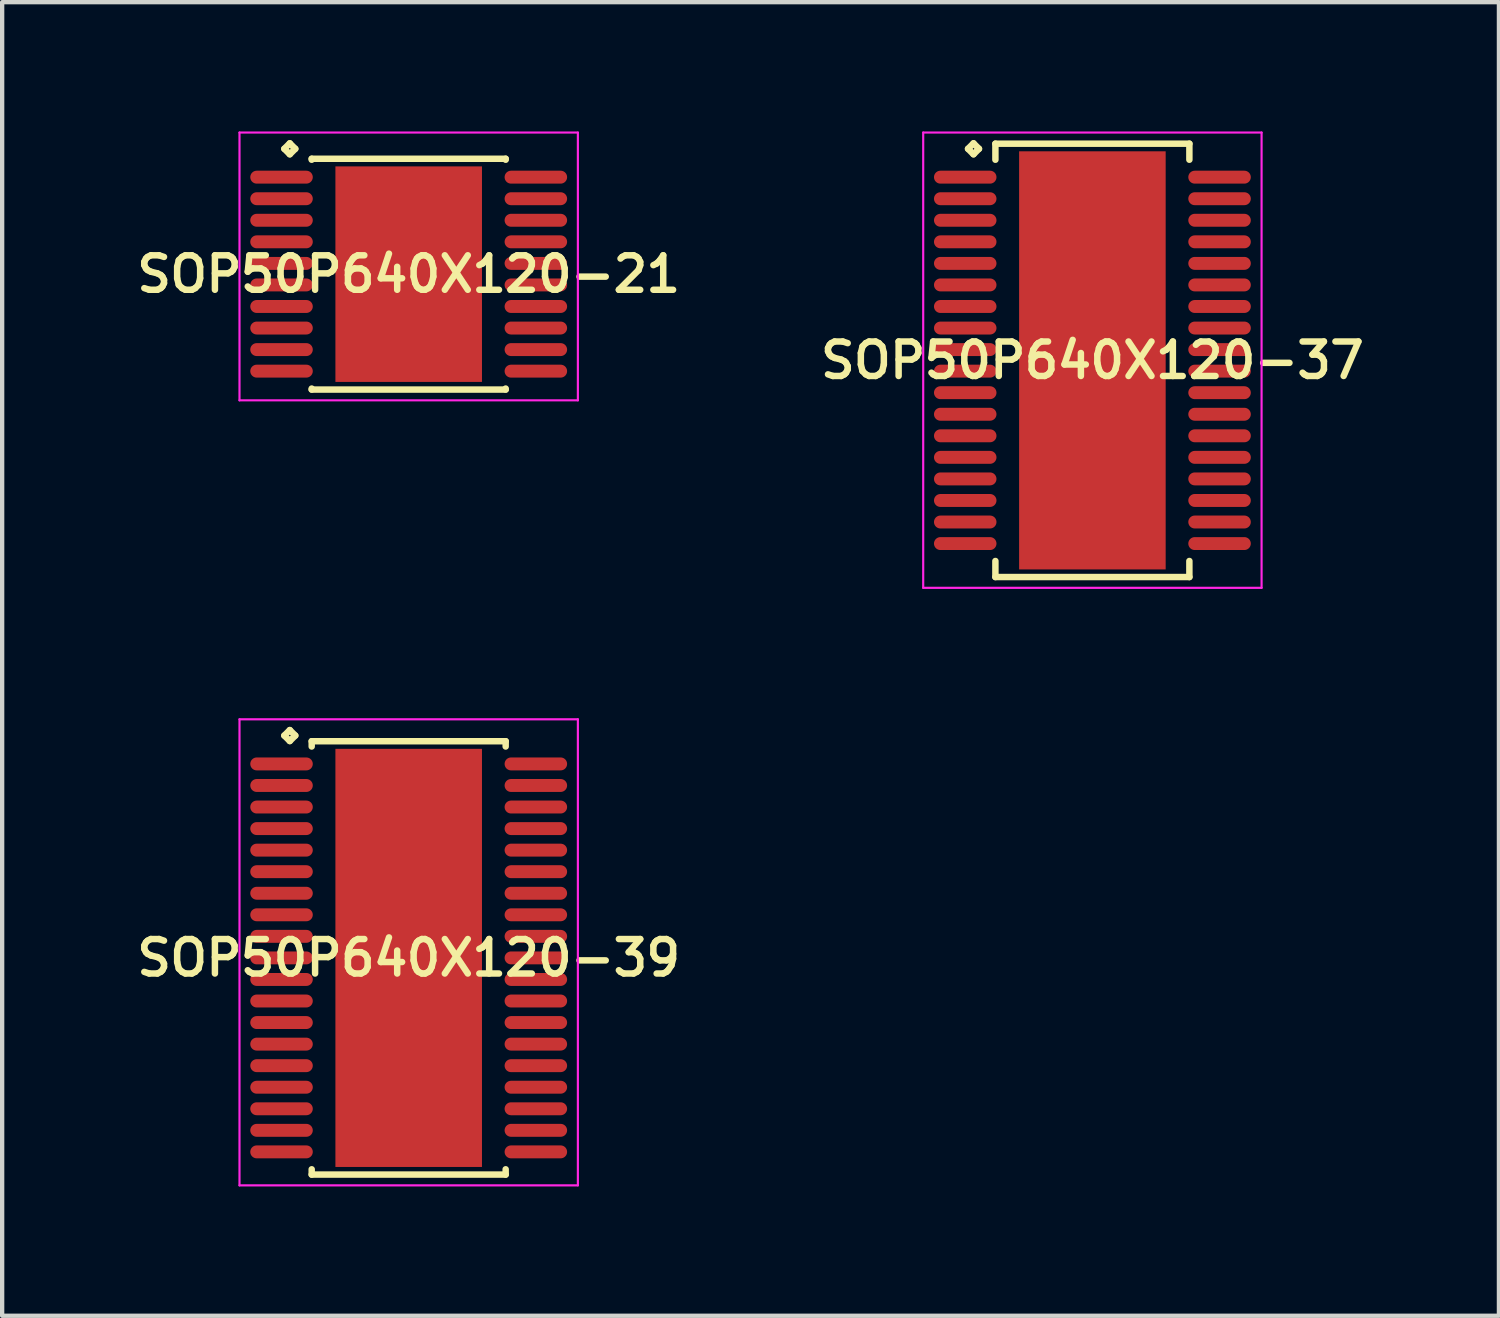
<source format=kicad_pcb>
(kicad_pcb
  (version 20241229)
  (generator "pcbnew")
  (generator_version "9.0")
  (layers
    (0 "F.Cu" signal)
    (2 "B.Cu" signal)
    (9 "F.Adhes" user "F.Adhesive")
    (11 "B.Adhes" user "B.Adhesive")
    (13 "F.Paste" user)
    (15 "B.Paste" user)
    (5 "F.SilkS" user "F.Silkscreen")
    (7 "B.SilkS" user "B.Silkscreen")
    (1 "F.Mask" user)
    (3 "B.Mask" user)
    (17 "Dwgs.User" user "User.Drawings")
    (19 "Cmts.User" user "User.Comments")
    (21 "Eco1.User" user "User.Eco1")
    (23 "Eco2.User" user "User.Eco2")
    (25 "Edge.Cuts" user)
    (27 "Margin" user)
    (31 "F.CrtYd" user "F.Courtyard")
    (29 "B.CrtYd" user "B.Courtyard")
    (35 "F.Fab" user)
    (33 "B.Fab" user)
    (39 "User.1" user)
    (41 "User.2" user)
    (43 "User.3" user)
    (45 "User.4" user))
  (footprint "SOP50P640X120-21"
    (layer "F.Cu")
    (at 6.431 3.31)
    (property "Reference" "SOP50P640X120-21" (at 0 0 0) (layer "F.SilkS") (effects (font (size 0.8 0.8) (thickness 0.15))))
    (attr smd)
    (fp_line (start -2.885 -2.908) (end -2.758 -3.035) (stroke (width 0.15) (type solid)) (layer "F.SilkS"))
    (fp_line (start -2.758 -3.035) (end -2.631 -2.908) (stroke (width 0.15) (type solid)) (layer "F.SilkS"))
    (fp_line (start -2.758 -2.781) (end -2.885 -2.908) (stroke (width 0.15) (type solid)) (layer "F.SilkS"))
    (fp_line (start -2.631 -2.908) (end -2.758 -2.781) (stroke (width 0.15) (type solid)) (layer "F.SilkS"))
    (fp_line (start -2.25 -2.677) (end 2.25 -2.677) (stroke (width 0.15) (type solid)) (layer "F.SilkS"))
    (fp_line (start -2.25 -2.654) (end -2.25 -2.677) (stroke (width 0.15) (type solid)) (layer "F.SilkS"))
    (fp_line (start -2.25 2.654) (end -2.25 2.677) (stroke (width 0.15) (type solid)) (layer "F.SilkS"))
    (fp_line (start -2.25 2.677) (end 2.25 2.677) (stroke (width 0.15) (type solid)) (layer "F.SilkS"))
    (fp_line (start 2.25 -2.677) (end 2.25 -2.654) (stroke (width 0.15) (type solid)) (layer "F.SilkS"))
    (fp_line (start 2.25 2.677) (end 2.25 2.654) (stroke (width 0.15) (type solid)) (layer "F.SilkS"))
    (fp_line (start -3.925 -3.285) (end 3.925 -3.285) (stroke (width 0.05) (type solid)) (layer "F.CrtYd"))
    (fp_line (start -3.925 2.927) (end -3.925 -3.285) (stroke (width 0.05) (type solid)) (layer "F.CrtYd"))
    (fp_line (start 3.925 -3.285) (end 3.925 2.927) (stroke (width 0.05) (type solid)) (layer "F.CrtYd"))
    (fp_line (start 3.925 2.927) (end -3.925 2.927) (stroke (width 0.05) (type solid)) (layer "F.CrtYd"))
    (pad "1" smd oval (at -2.95 -2.25) (size 1.45 0.3) (layers "F.Cu" "F.Mask" "F.Paste"))
    (pad "2" smd oval (at -2.95 -1.75) (size 1.45 0.3) (layers "F.Cu" "F.Mask" "F.Paste"))
    (pad "3" smd oval (at -2.95 -1.25) (size 1.45 0.3) (layers "F.Cu" "F.Mask" "F.Paste"))
    (pad "4" smd oval (at -2.95 -0.75) (size 1.45 0.3) (layers "F.Cu" "F.Mask" "F.Paste"))
    (pad "5" smd oval (at -2.95 -0.25) (size 1.45 0.3) (layers "F.Cu" "F.Mask" "F.Paste"))
    (pad "6" smd oval (at -2.95 0.25) (size 1.45 0.3) (layers "F.Cu" "F.Mask" "F.Paste"))
    (pad "7" smd oval (at -2.95 0.75) (size 1.45 0.3) (layers "F.Cu" "F.Mask" "F.Paste"))
    (pad "8" smd oval (at -2.95 1.25) (size 1.45 0.3) (layers "F.Cu" "F.Mask" "F.Paste"))
    (pad "9" smd oval (at -2.95 1.75) (size 1.45 0.3) (layers "F.Cu" "F.Mask" "F.Paste"))
    (pad "10" smd oval (at -2.95 2.25) (size 1.45 0.3) (layers "F.Cu" "F.Mask" "F.Paste"))
    (pad "11" smd oval (at 2.95 2.25) (size 1.45 0.3) (layers "F.Cu" "F.Mask" "F.Paste"))
    (pad "12" smd oval (at 2.95 1.75) (size 1.45 0.3) (layers "F.Cu" "F.Mask" "F.Paste"))
    (pad "13" smd oval (at 2.95 1.25) (size 1.45 0.3) (layers "F.Cu" "F.Mask" "F.Paste"))
    (pad "14" smd oval (at 2.95 0.75) (size 1.45 0.3) (layers "F.Cu" "F.Mask" "F.Paste"))
    (pad "15" smd oval (at 2.95 0.25) (size 1.45 0.3) (layers "F.Cu" "F.Mask" "F.Paste"))
    (pad "16" smd oval (at 2.95 -0.25) (size 1.45 0.3) (layers "F.Cu" "F.Mask" "F.Paste"))
    (pad "17" smd oval (at 2.95 -0.75) (size 1.45 0.3) (layers "F.Cu" "F.Mask" "F.Paste"))
    (pad "18" smd oval (at 2.95 -1.25) (size 1.45 0.3) (layers "F.Cu" "F.Mask" "F.Paste"))
    (pad "19" smd oval (at 2.95 -1.75) (size 1.45 0.3) (layers "F.Cu" "F.Mask" "F.Paste"))
    (pad "20" smd oval (at 2.95 -2.25) (size 1.45 0.3) (layers "F.Cu" "F.Mask" "F.Paste"))
    (pad "21" smd rect (at 0 0) (size 3.4 5) (layers "F.Cu" "F.Mask" "F.Paste")))
  (footprint "SOP50P640X120-39"
    (layer "F.Cu")
    (at 6.431 19.172)
    (property "Reference" "SOP50P640X120-39" (at 0 0 0) (layer "F.SilkS") (effects (font (size 0.8 0.8) (thickness 0.15))))
    (attr smd)
    (fp_line (start -2.885 -5.158) (end -2.758 -5.285) (stroke (width 0.15) (type solid)) (layer "F.SilkS"))
    (fp_line (start -2.758 -5.285) (end -2.631 -5.158) (stroke (width 0.15) (type solid)) (layer "F.SilkS"))
    (fp_line (start -2.758 -5.031) (end -2.885 -5.158) (stroke (width 0.15) (type solid)) (layer "F.SilkS"))
    (fp_line (start -2.631 -5.158) (end -2.758 -5.031) (stroke (width 0.15) (type solid)) (layer "F.SilkS"))
    (fp_line (start -2.25 -5.027) (end 2.25 -5.027) (stroke (width 0.15) (type solid)) (layer "F.SilkS"))
    (fp_line (start -2.25 -4.904) (end -2.25 -5.027) (stroke (width 0.15) (type solid)) (layer "F.SilkS"))
    (fp_line (start -2.25 4.904) (end -2.25 5.027) (stroke (width 0.15) (type solid)) (layer "F.SilkS"))
    (fp_line (start -2.25 5.027) (end 2.25 5.027) (stroke (width 0.15) (type solid)) (layer "F.SilkS"))
    (fp_line (start 2.25 -5.027) (end 2.25 -4.904) (stroke (width 0.15) (type solid)) (layer "F.SilkS"))
    (fp_line (start 2.25 5.027) (end 2.25 4.904) (stroke (width 0.15) (type solid)) (layer "F.SilkS"))
    (fp_line (start -3.925 -5.535) (end 3.925 -5.535) (stroke (width 0.05) (type solid)) (layer "F.CrtYd"))
    (fp_line (start -3.925 5.277) (end -3.925 -5.535) (stroke (width 0.05) (type solid)) (layer "F.CrtYd"))
    (fp_line (start 3.925 -5.535) (end 3.925 5.277) (stroke (width 0.05) (type solid)) (layer "F.CrtYd"))
    (fp_line (start 3.925 5.277) (end -3.925 5.277) (stroke (width 0.05) (type solid)) (layer "F.CrtYd"))
    (pad "1" smd oval (at -2.95 -4.5) (size 1.45 0.3) (layers "F.Cu" "F.Mask" "F.Paste"))
    (pad "2" smd oval (at -2.95 -4) (size 1.45 0.3) (layers "F.Cu" "F.Mask" "F.Paste"))
    (pad "3" smd oval (at -2.95 -3.5) (size 1.45 0.3) (layers "F.Cu" "F.Mask" "F.Paste"))
    (pad "4" smd oval (at -2.95 -3) (size 1.45 0.3) (layers "F.Cu" "F.Mask" "F.Paste"))
    (pad "5" smd oval (at -2.95 -2.5) (size 1.45 0.3) (layers "F.Cu" "F.Mask" "F.Paste"))
    (pad "6" smd oval (at -2.95 -2) (size 1.45 0.3) (layers "F.Cu" "F.Mask" "F.Paste"))
    (pad "7" smd oval (at -2.95 -1.5) (size 1.45 0.3) (layers "F.Cu" "F.Mask" "F.Paste"))
    (pad "8" smd oval (at -2.95 -1) (size 1.45 0.3) (layers "F.Cu" "F.Mask" "F.Paste"))
    (pad "9" smd oval (at -2.95 -0.5) (size 1.45 0.3) (layers "F.Cu" "F.Mask" "F.Paste"))
    (pad "10" smd oval (at -2.95 0) (size 1.45 0.3) (layers "F.Cu" "F.Mask" "F.Paste"))
    (pad "11" smd oval (at -2.95 0.5) (size 1.45 0.3) (layers "F.Cu" "F.Mask" "F.Paste"))
    (pad "12" smd oval (at -2.95 1) (size 1.45 0.3) (layers "F.Cu" "F.Mask" "F.Paste"))
    (pad "13" smd oval (at -2.95 1.5) (size 1.45 0.3) (layers "F.Cu" "F.Mask" "F.Paste"))
    (pad "14" smd oval (at -2.95 2) (size 1.45 0.3) (layers "F.Cu" "F.Mask" "F.Paste"))
    (pad "15" smd oval (at -2.95 2.5) (size 1.45 0.3) (layers "F.Cu" "F.Mask" "F.Paste"))
    (pad "16" smd oval (at -2.95 3) (size 1.45 0.3) (layers "F.Cu" "F.Mask" "F.Paste"))
    (pad "17" smd oval (at -2.95 3.5) (size 1.45 0.3) (layers "F.Cu" "F.Mask" "F.Paste"))
    (pad "18" smd oval (at -2.95 4) (size 1.45 0.3) (layers "F.Cu" "F.Mask" "F.Paste"))
    (pad "19" smd oval (at -2.95 4.5) (size 1.45 0.3) (layers "F.Cu" "F.Mask" "F.Paste"))
    (pad "20" smd oval (at 2.95 4.5) (size 1.45 0.3) (layers "F.Cu" "F.Mask" "F.Paste"))
    (pad "21" smd oval (at 2.95 4) (size 1.45 0.3) (layers "F.Cu" "F.Mask" "F.Paste"))
    (pad "22" smd oval (at 2.95 3.5) (size 1.45 0.3) (layers "F.Cu" "F.Mask" "F.Paste"))
    (pad "23" smd oval (at 2.95 3) (size 1.45 0.3) (layers "F.Cu" "F.Mask" "F.Paste"))
    (pad "24" smd oval (at 2.95 2.5) (size 1.45 0.3) (layers "F.Cu" "F.Mask" "F.Paste"))
    (pad "25" smd oval (at 2.95 2) (size 1.45 0.3) (layers "F.Cu" "F.Mask" "F.Paste"))
    (pad "26" smd oval (at 2.95 1.5) (size 1.45 0.3) (layers "F.Cu" "F.Mask" "F.Paste"))
    (pad "27" smd oval (at 2.95 1) (size 1.45 0.3) (layers "F.Cu" "F.Mask" "F.Paste"))
    (pad "28" smd oval (at 2.95 0.5) (size 1.45 0.3) (layers "F.Cu" "F.Mask" "F.Paste"))
    (pad "29" smd oval (at 2.95 0) (size 1.45 0.3) (layers "F.Cu" "F.Mask" "F.Paste"))
    (pad "30" smd oval (at 2.95 -0.5) (size 1.45 0.3) (layers "F.Cu" "F.Mask" "F.Paste"))
    (pad "31" smd oval (at 2.95 -1) (size 1.45 0.3) (layers "F.Cu" "F.Mask" "F.Paste"))
    (pad "32" smd oval (at 2.95 -1.5) (size 1.45 0.3) (layers "F.Cu" "F.Mask" "F.Paste"))
    (pad "33" smd oval (at 2.95 -2) (size 1.45 0.3) (layers "F.Cu" "F.Mask" "F.Paste"))
    (pad "34" smd oval (at 2.95 -2.5) (size 1.45 0.3) (layers "F.Cu" "F.Mask" "F.Paste"))
    (pad "35" smd oval (at 2.95 -3) (size 1.45 0.3) (layers "F.Cu" "F.Mask" "F.Paste"))
    (pad "36" smd oval (at 2.95 -3.5) (size 1.45 0.3) (layers "F.Cu" "F.Mask" "F.Paste"))
    (pad "37" smd oval (at 2.95 -4) (size 1.45 0.3) (layers "F.Cu" "F.Mask" "F.Paste"))
    (pad "38" smd oval (at 2.95 -4.5) (size 1.45 0.3) (layers "F.Cu" "F.Mask" "F.Paste"))
    (pad "39" smd rect (at 0 0) (size 3.4 9.7) (layers "F.Cu" "F.Mask" "F.Paste")))
  (footprint "SOP50P640X120-37"
    (layer "F.Cu")
    (at 22.292 5.31)
    (property "Reference" "SOP50P640X120-37" (at 0 0 0) (layer "F.SilkS") (effects (font (size 0.8 0.8) (thickness 0.15))))
    (attr smd)
    (fp_line (start -2.885 -4.908) (end -2.758 -5.035) (stroke (width 0.15) (type solid)) (layer "F.SilkS"))
    (fp_line (start -2.758 -5.035) (end -2.631 -4.908) (stroke (width 0.15) (type solid)) (layer "F.SilkS"))
    (fp_line (start -2.758 -4.781) (end -2.885 -4.908) (stroke (width 0.15) (type solid)) (layer "F.SilkS"))
    (fp_line (start -2.631 -4.908) (end -2.758 -4.781) (stroke (width 0.15) (type solid)) (layer "F.SilkS"))
    (fp_line (start -2.25 -5.027) (end 2.25 -5.027) (stroke (width 0.15) (type solid)) (layer "F.SilkS"))
    (fp_line (start -2.25 -4.654) (end -2.25 -5.027) (stroke (width 0.15) (type solid)) (layer "F.SilkS"))
    (fp_line (start -2.25 4.654) (end -2.25 5.027) (stroke (width 0.15) (type solid)) (layer "F.SilkS"))
    (fp_line (start -2.25 5.027) (end 2.25 5.027) (stroke (width 0.15) (type solid)) (layer "F.SilkS"))
    (fp_line (start 2.25 -5.027) (end 2.25 -4.654) (stroke (width 0.15) (type solid)) (layer "F.SilkS"))
    (fp_line (start 2.25 5.027) (end 2.25 4.654) (stroke (width 0.15) (type solid)) (layer "F.SilkS"))
    (fp_line (start -3.925 -5.285) (end 3.925 -5.285) (stroke (width 0.05) (type solid)) (layer "F.CrtYd"))
    (fp_line (start -3.925 5.277) (end -3.925 -5.285) (stroke (width 0.05) (type solid)) (layer "F.CrtYd"))
    (fp_line (start 3.925 -5.285) (end 3.925 5.277) (stroke (width 0.05) (type solid)) (layer "F.CrtYd"))
    (fp_line (start 3.925 5.277) (end -3.925 5.277) (stroke (width 0.05) (type solid)) (layer "F.CrtYd"))
    (pad "1" smd oval (at -2.95 -4.25) (size 1.45 0.3) (layers "F.Cu" "F.Mask" "F.Paste"))
    (pad "2" smd oval (at -2.95 -3.75) (size 1.45 0.3) (layers "F.Cu" "F.Mask" "F.Paste"))
    (pad "3" smd oval (at -2.95 -3.25) (size 1.45 0.3) (layers "F.Cu" "F.Mask" "F.Paste"))
    (pad "4" smd oval (at -2.95 -2.75) (size 1.45 0.3) (layers "F.Cu" "F.Mask" "F.Paste"))
    (pad "5" smd oval (at -2.95 -2.25) (size 1.45 0.3) (layers "F.Cu" "F.Mask" "F.Paste"))
    (pad "6" smd oval (at -2.95 -1.75) (size 1.45 0.3) (layers "F.Cu" "F.Mask" "F.Paste"))
    (pad "7" smd oval (at -2.95 -1.25) (size 1.45 0.3) (layers "F.Cu" "F.Mask" "F.Paste"))
    (pad "8" smd oval (at -2.95 -0.75) (size 1.45 0.3) (layers "F.Cu" "F.Mask" "F.Paste"))
    (pad "9" smd oval (at -2.95 -0.25) (size 1.45 0.3) (layers "F.Cu" "F.Mask" "F.Paste"))
    (pad "10" smd oval (at -2.95 0.25) (size 1.45 0.3) (layers "F.Cu" "F.Mask" "F.Paste"))
    (pad "11" smd oval (at -2.95 0.75) (size 1.45 0.3) (layers "F.Cu" "F.Mask" "F.Paste"))
    (pad "12" smd oval (at -2.95 1.25) (size 1.45 0.3) (layers "F.Cu" "F.Mask" "F.Paste"))
    (pad "13" smd oval (at -2.95 1.75) (size 1.45 0.3) (layers "F.Cu" "F.Mask" "F.Paste"))
    (pad "14" smd oval (at -2.95 2.25) (size 1.45 0.3) (layers "F.Cu" "F.Mask" "F.Paste"))
    (pad "15" smd oval (at -2.95 2.75) (size 1.45 0.3) (layers "F.Cu" "F.Mask" "F.Paste"))
    (pad "16" smd oval (at -2.95 3.25) (size 1.45 0.3) (layers "F.Cu" "F.Mask" "F.Paste"))
    (pad "17" smd oval (at -2.95 3.75) (size 1.45 0.3) (layers "F.Cu" "F.Mask" "F.Paste"))
    (pad "18" smd oval (at -2.95 4.25) (size 1.45 0.3) (layers "F.Cu" "F.Mask" "F.Paste"))
    (pad "19" smd oval (at 2.95 4.25) (size 1.45 0.3) (layers "F.Cu" "F.Mask" "F.Paste"))
    (pad "20" smd oval (at 2.95 3.75) (size 1.45 0.3) (layers "F.Cu" "F.Mask" "F.Paste"))
    (pad "21" smd oval (at 2.95 3.25) (size 1.45 0.3) (layers "F.Cu" "F.Mask" "F.Paste"))
    (pad "22" smd oval (at 2.95 2.75) (size 1.45 0.3) (layers "F.Cu" "F.Mask" "F.Paste"))
    (pad "23" smd oval (at 2.95 2.25) (size 1.45 0.3) (layers "F.Cu" "F.Mask" "F.Paste"))
    (pad "24" smd oval (at 2.95 1.75) (size 1.45 0.3) (layers "F.Cu" "F.Mask" "F.Paste"))
    (pad "25" smd oval (at 2.95 1.25) (size 1.45 0.3) (layers "F.Cu" "F.Mask" "F.Paste"))
    (pad "26" smd oval (at 2.95 0.75) (size 1.45 0.3) (layers "F.Cu" "F.Mask" "F.Paste"))
    (pad "27" smd oval (at 2.95 0.25) (size 1.45 0.3) (layers "F.Cu" "F.Mask" "F.Paste"))
    (pad "28" smd oval (at 2.95 -0.25) (size 1.45 0.3) (layers "F.Cu" "F.Mask" "F.Paste"))
    (pad "29" smd oval (at 2.95 -0.75) (size 1.45 0.3) (layers "F.Cu" "F.Mask" "F.Paste"))
    (pad "30" smd oval (at 2.95 -1.25) (size 1.45 0.3) (layers "F.Cu" "F.Mask" "F.Paste"))
    (pad "31" smd oval (at 2.95 -1.75) (size 1.45 0.3) (layers "F.Cu" "F.Mask" "F.Paste"))
    (pad "32" smd oval (at 2.95 -2.25) (size 1.45 0.3) (layers "F.Cu" "F.Mask" "F.Paste"))
    (pad "33" smd oval (at 2.95 -2.75) (size 1.45 0.3) (layers "F.Cu" "F.Mask" "F.Paste"))
    (pad "34" smd oval (at 2.95 -3.25) (size 1.45 0.3) (layers "F.Cu" "F.Mask" "F.Paste"))
    (pad "35" smd oval (at 2.95 -3.75) (size 1.45 0.3) (layers "F.Cu" "F.Mask" "F.Paste"))
    (pad "36" smd oval (at 2.95 -4.25) (size 1.45 0.3) (layers "F.Cu" "F.Mask" "F.Paste"))
    (pad "37" smd rect (at 0 0) (size 3.4 9.7) (layers "F.Cu" "F.Mask" "F.Paste")))
  (gr_rect
    (start -3 -3)
    (end 31.723 27.474)
    (stroke (width 0.1) (type default))
    (fill no)
    (layer "Edge.Cuts")))
</source>
